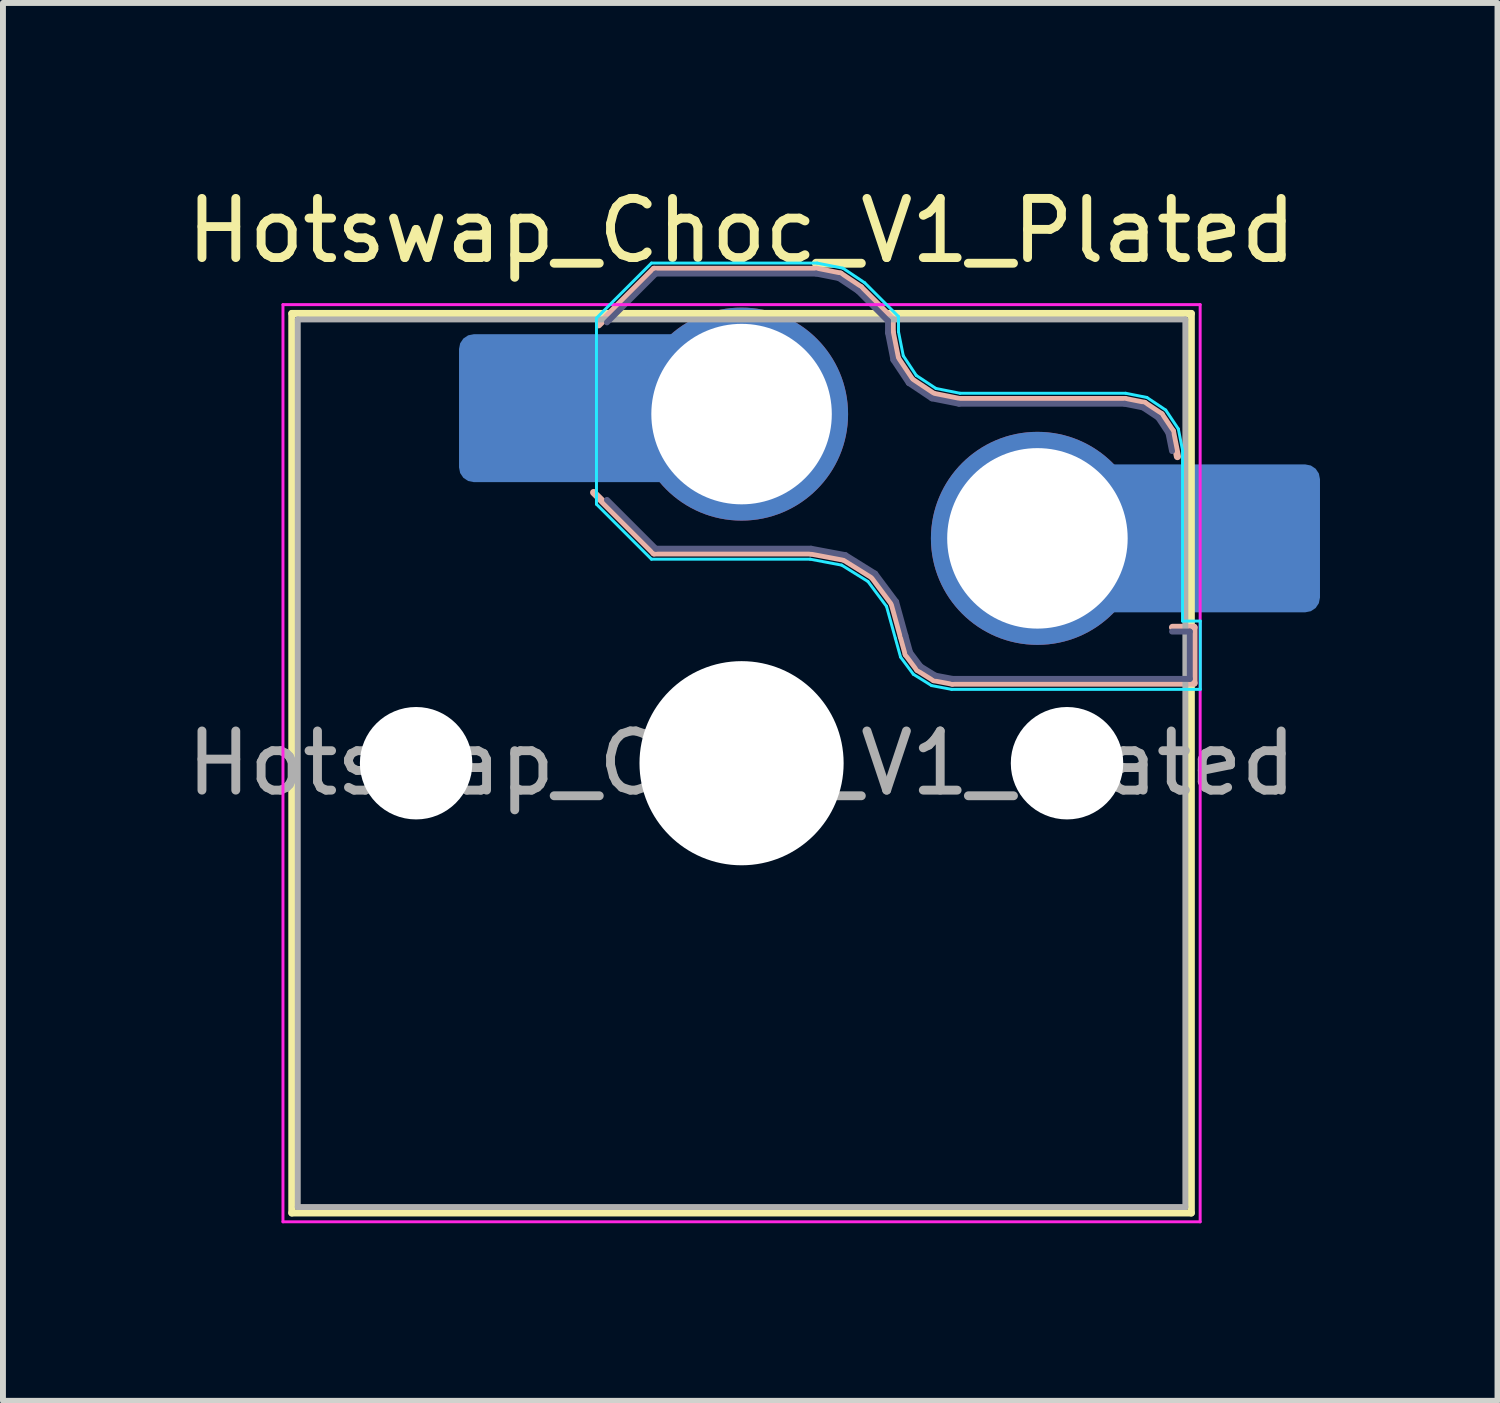
<source format=kicad_pcb>
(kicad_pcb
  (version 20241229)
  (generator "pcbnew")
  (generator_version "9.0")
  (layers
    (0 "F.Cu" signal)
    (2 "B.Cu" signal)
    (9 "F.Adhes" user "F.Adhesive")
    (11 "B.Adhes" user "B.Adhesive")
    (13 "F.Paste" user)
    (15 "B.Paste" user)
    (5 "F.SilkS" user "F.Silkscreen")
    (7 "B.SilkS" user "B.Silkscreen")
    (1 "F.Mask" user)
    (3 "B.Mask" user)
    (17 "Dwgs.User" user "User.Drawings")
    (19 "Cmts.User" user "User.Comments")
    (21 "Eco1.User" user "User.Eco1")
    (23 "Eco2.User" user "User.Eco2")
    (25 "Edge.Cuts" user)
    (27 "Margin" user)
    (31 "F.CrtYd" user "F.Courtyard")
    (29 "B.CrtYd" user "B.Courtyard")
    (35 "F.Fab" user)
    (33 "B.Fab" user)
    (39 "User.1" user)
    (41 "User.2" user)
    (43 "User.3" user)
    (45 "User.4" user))
  (footprint "Hotswap_Choc_V1_Plated"
    (layer "F.Cu")
    (at 9.482 9.848)
    (property "Reference" "Hotswap_Choc_V1_Plated" (at 0 -9 0) (layer "F.SilkS") (effects (font (size 1 1) (thickness 0.15))))
    (attr smd)
    (fp_line (start -7.6 -7.6) (end -7.6 7.6) (stroke (width 0.12) (type solid)) (layer "F.SilkS"))
    (fp_line (start -7.6 7.6) (end 7.6 7.6) (stroke (width 0.12) (type solid)) (layer "F.SilkS"))
    (fp_line (start 7.6 -7.6) (end -7.6 -7.6) (stroke (width 0.12) (type solid)) (layer "F.SilkS"))
    (fp_line (start 7.6 7.6) (end 7.6 -7.6) (stroke (width 0.12) (type solid)) (layer "F.SilkS"))
    (fp_line (start -2.416 -7.409) (end -1.479 -8.346) (stroke (width 0.12) (type solid)) (layer "B.SilkS"))
    (fp_line (start -1.479 -8.346) (end 1.268 -8.346) (stroke (width 0.12) (type solid)) (layer "B.SilkS"))
    (fp_line (start -1.479 -3.554) (end -2.5 -4.575) (stroke (width 0.12) (type solid)) (layer "B.SilkS"))
    (fp_line (start 1.168 -3.554) (end -1.479 -3.554) (stroke (width 0.12) (type solid)) (layer "B.SilkS"))
    (fp_line (start 1.268 -8.346) (end 1.671 -8.266) (stroke (width 0.12) (type solid)) (layer "B.SilkS"))
    (fp_line (start 1.671 -8.266) (end 2.013 -8.037) (stroke (width 0.12) (type solid)) (layer "B.SilkS"))
    (fp_line (start 1.73 -3.449) (end 1.168 -3.554) (stroke (width 0.12) (type solid)) (layer "B.SilkS"))
    (fp_line (start 2.013 -8.037) (end 2.546 -7.504) (stroke (width 0.12) (type solid)) (layer "B.SilkS"))
    (fp_line (start 2.209 -3.15) (end 1.73 -3.449) (stroke (width 0.12) (type solid)) (layer "B.SilkS"))
    (fp_line (start 2.546 -7.504) (end 2.546 -7.282) (stroke (width 0.12) (type solid)) (layer "B.SilkS"))
    (fp_line (start 2.546 -7.282) (end 2.633 -6.844) (stroke (width 0.12) (type solid)) (layer "B.SilkS"))
    (fp_line (start 2.547 -2.697) (end 2.209 -3.15) (stroke (width 0.12) (type solid)) (layer "B.SilkS"))
    (fp_line (start 2.633 -6.844) (end 2.877 -6.477) (stroke (width 0.12) (type solid)) (layer "B.SilkS"))
    (fp_line (start 2.701 -2.139) (end 2.547 -2.697) (stroke (width 0.12) (type solid)) (layer "B.SilkS"))
    (fp_line (start 2.783 -1.841) (end 2.701 -2.139) (stroke (width 0.12) (type solid)) (layer "B.SilkS"))
    (fp_line (start 2.877 -6.477) (end 3.244 -6.233) (stroke (width 0.12) (type solid)) (layer "B.SilkS"))
    (fp_line (start 2.976 -1.583) (end 2.783 -1.841) (stroke (width 0.12) (type solid)) (layer "B.SilkS"))
    (fp_line (start 3.244 -6.233) (end 3.682 -6.146) (stroke (width 0.12) (type solid)) (layer "B.SilkS"))
    (fp_line (start 3.25 -1.413) (end 2.976 -1.583) (stroke (width 0.12) (type solid)) (layer "B.SilkS"))
    (fp_line (start 3.56 -1.354) (end 3.25 -1.413) (stroke (width 0.12) (type solid)) (layer "B.SilkS"))
    (fp_line (start 3.682 -6.146) (end 6.482 -6.146) (stroke (width 0.12) (type solid)) (layer "B.SilkS"))
    (fp_line (start 6.482 -6.146) (end 6.809 -6.081) (stroke (width 0.12) (type solid)) (layer "B.SilkS"))
    (fp_line (start 6.809 -6.081) (end 7.092 -5.892) (stroke (width 0.12) (type solid)) (layer "B.SilkS"))
    (fp_line (start 7.092 -5.892) (end 7.281 -5.609) (stroke (width 0.12) (type solid)) (layer "B.SilkS"))
    (fp_line (start 7.281 -5.609) (end 7.366 -5.182) (stroke (width 0.12) (type solid)) (layer "B.SilkS"))
    (fp_line (start 7.283 -2.296) (end 7.646 -2.296) (stroke (width 0.12) (type solid)) (layer "B.SilkS"))
    (fp_line (start 7.646 -2.296) (end 7.646 -1.354) (stroke (width 0.12) (type solid)) (layer "B.SilkS"))
    (fp_line (start 7.646 -1.354) (end 3.56 -1.354) (stroke (width 0.12) (type solid)) (layer "B.SilkS"))
    (fp_line (start -7.25 -7.25) (end -7.25 7.25) (stroke (width 0.1) (type solid)) (layer "Eco1.User"))
    (fp_line (start -7.25 7.25) (end 7.25 7.25) (stroke (width 0.1) (type solid)) (layer "Eco1.User"))
    (fp_line (start 7.25 -7.25) (end -7.25 -7.25) (stroke (width 0.1) (type solid)) (layer "Eco1.User"))
    (fp_line (start 7.25 7.25) (end 7.25 -7.25) (stroke (width 0.1) (type solid)) (layer "Eco1.User"))
    (fp_line (start -2.452 -7.523) (end -1.523 -8.452) (stroke (width 0.05) (type solid)) (layer "B.CrtYd"))
    (fp_line (start -2.452 -4.377) (end -2.452 -7.523) (stroke (width 0.05) (type solid)) (layer "B.CrtYd"))
    (fp_line (start -1.523 -8.452) (end 1.278 -8.452) (stroke (width 0.05) (type solid)) (layer "B.CrtYd"))
    (fp_line (start -1.523 -3.448) (end -2.452 -4.377) (stroke (width 0.05) (type solid)) (layer "B.CrtYd"))
    (fp_line (start 1.159 -3.448) (end -1.523 -3.448) (stroke (width 0.05) (type solid)) (layer "B.CrtYd"))
    (fp_line (start 1.278 -8.452) (end 1.712 -8.366) (stroke (width 0.05) (type solid)) (layer "B.CrtYd"))
    (fp_line (start 1.691 -3.348) (end 1.159 -3.448) (stroke (width 0.05) (type solid)) (layer "B.CrtYd"))
    (fp_line (start 1.712 -8.366) (end 2.081 -8.119) (stroke (width 0.05) (type solid)) (layer "B.CrtYd"))
    (fp_line (start 2.081 -8.119) (end 2.652 -7.548) (stroke (width 0.05) (type solid)) (layer "B.CrtYd"))
    (fp_line (start 2.136 -3.071) (end 1.691 -3.348) (stroke (width 0.05) (type solid)) (layer "B.CrtYd"))
    (fp_line (start 2.45 -2.65) (end 2.136 -3.071) (stroke (width 0.05) (type solid)) (layer "B.CrtYd"))
    (fp_line (start 2.599 -2.111) (end 2.45 -2.65) (stroke (width 0.05) (type solid)) (layer "B.CrtYd"))
    (fp_line (start 2.652 -7.548) (end 2.652 -7.292) (stroke (width 0.05) (type solid)) (layer "B.CrtYd"))
    (fp_line (start 2.652 -7.292) (end 2.733 -6.885) (stroke (width 0.05) (type solid)) (layer "B.CrtYd"))
    (fp_line (start 2.687 -1.794) (end 2.599 -2.111) (stroke (width 0.05) (type solid)) (layer "B.CrtYd"))
    (fp_line (start 2.733 -6.885) (end 2.953 -6.553) (stroke (width 0.05) (type solid)) (layer "B.CrtYd"))
    (fp_line (start 2.903 -1.503) (end 2.687 -1.794) (stroke (width 0.05) (type solid)) (layer "B.CrtYd"))
    (fp_line (start 2.953 -6.553) (end 3.285 -6.333) (stroke (width 0.05) (type solid)) (layer "B.CrtYd"))
    (fp_line (start 3.211 -1.312) (end 2.903 -1.503) (stroke (width 0.05) (type solid)) (layer "B.CrtYd"))
    (fp_line (start 3.285 -6.333) (end 3.692 -6.252) (stroke (width 0.05) (type solid)) (layer "B.CrtYd"))
    (fp_line (start 3.55 -1.248) (end 3.211 -1.312) (stroke (width 0.05) (type solid)) (layer "B.CrtYd"))
    (fp_line (start 3.692 -6.252) (end 6.492 -6.252) (stroke (width 0.05) (type solid)) (layer "B.CrtYd"))
    (fp_line (start 6.492 -6.252) (end 6.85 -6.181) (stroke (width 0.05) (type solid)) (layer "B.CrtYd"))
    (fp_line (start 6.85 -6.181) (end 7.168 -5.968) (stroke (width 0.05) (type solid)) (layer "B.CrtYd"))
    (fp_line (start 7.168 -5.968) (end 7.381 -5.65) (stroke (width 0.05) (type solid)) (layer "B.CrtYd"))
    (fp_line (start 7.381 -5.65) (end 7.452 -5.292) (stroke (width 0.05) (type solid)) (layer "B.CrtYd"))
    (fp_line (start 7.452 -5.292) (end 7.452 -2.402) (stroke (width 0.05) (type solid)) (layer "B.CrtYd"))
    (fp_line (start 7.452 -2.402) (end 7.752 -2.402) (stroke (width 0.05) (type solid)) (layer "B.CrtYd"))
    (fp_line (start 7.752 -2.402) (end 7.752 -1.248) (stroke (width 0.05) (type solid)) (layer "B.CrtYd"))
    (fp_line (start 7.752 -1.248) (end 3.55 -1.248) (stroke (width 0.05) (type solid)) (layer "B.CrtYd"))
    (fp_line (start -7.75 -7.75) (end -7.75 7.75) (stroke (width 0.05) (type solid)) (layer "F.CrtYd"))
    (fp_line (start -7.75 7.75) (end 7.75 7.75) (stroke (width 0.05) (type solid)) (layer "F.CrtYd"))
    (fp_line (start 7.75 -7.75) (end -7.75 -7.75) (stroke (width 0.05) (type solid)) (layer "F.CrtYd"))
    (fp_line (start 7.75 7.75) (end 7.75 -7.75) (stroke (width 0.05) (type solid)) (layer "F.CrtYd"))
    (fp_line (start -2.275 -7.45) (end -1.45 -8.275) (stroke (width 0.1) (type solid)) (layer "B.Fab"))
    (fp_line (start -1.45 -8.275) (end 1.261 -8.275) (stroke (width 0.1) (type solid)) (layer "B.Fab"))
    (fp_line (start -1.45 -3.625) (end -2.275 -4.45) (stroke (width 0.1) (type solid)) (layer "B.Fab"))
    (fp_line (start 1.175 -3.625) (end -1.45 -3.625) (stroke (width 0.1) (type solid)) (layer "B.Fab"))
    (fp_line (start 1.261 -8.275) (end 1.643 -8.199) (stroke (width 0.1) (type solid)) (layer "B.Fab"))
    (fp_line (start 1.643 -8.199) (end 1.968 -7.982) (stroke (width 0.1) (type solid)) (layer "B.Fab"))
    (fp_line (start 1.756 -3.516) (end 1.175 -3.625) (stroke (width 0.1) (type solid)) (layer "B.Fab"))
    (fp_line (start 1.968 -7.982) (end 2.475 -7.475) (stroke (width 0.1) (type solid)) (layer "B.Fab"))
    (fp_line (start 2.258 -3.203) (end 1.756 -3.516) (stroke (width 0.1) (type solid)) (layer "B.Fab"))
    (fp_line (start 2.475 -7.475) (end 2.475 -7.275) (stroke (width 0.1) (type solid)) (layer "B.Fab"))
    (fp_line (start 2.475 -7.275) (end 2.566 -6.816) (stroke (width 0.1) (type solid)) (layer "B.Fab"))
    (fp_line (start 2.566 -6.816) (end 2.826 -6.426) (stroke (width 0.1) (type solid)) (layer "B.Fab"))
    (fp_line (start 2.612 -2.729) (end 2.258 -3.203) (stroke (width 0.1) (type solid)) (layer "B.Fab"))
    (fp_line (start 2.769 -2.158) (end 2.612 -2.729) (stroke (width 0.1) (type solid)) (layer "B.Fab"))
    (fp_line (start 2.826 -6.426) (end 3.216 -6.166) (stroke (width 0.1) (type solid)) (layer "B.Fab"))
    (fp_line (start 2.848 -1.873) (end 2.769 -2.158) (stroke (width 0.1) (type solid)) (layer "B.Fab"))
    (fp_line (start 3.025 -1.636) (end 2.848 -1.873) (stroke (width 0.1) (type solid)) (layer "B.Fab"))
    (fp_line (start 3.216 -6.166) (end 3.675 -6.075) (stroke (width 0.1) (type solid)) (layer "B.Fab"))
    (fp_line (start 3.276 -1.48) (end 3.025 -1.636) (stroke (width 0.1) (type solid)) (layer "B.Fab"))
    (fp_line (start 3.567 -1.425) (end 3.276 -1.48) (stroke (width 0.1) (type solid)) (layer "B.Fab"))
    (fp_line (start 3.675 -6.075) (end 6.475 -6.075) (stroke (width 0.1) (type solid)) (layer "B.Fab"))
    (fp_line (start 6.475 -6.075) (end 6.781 -6.014) (stroke (width 0.1) (type solid)) (layer "B.Fab"))
    (fp_line (start 6.781 -6.014) (end 7.041 -5.841) (stroke (width 0.1) (type solid)) (layer "B.Fab"))
    (fp_line (start 7.041 -5.841) (end 7.214 -5.581) (stroke (width 0.1) (type solid)) (layer "B.Fab"))
    (fp_line (start 7.214 -5.581) (end 7.275 -5.275) (stroke (width 0.1) (type solid)) (layer "B.Fab"))
    (fp_line (start 7.275 -2.225) (end 7.575 -2.225) (stroke (width 0.1) (type solid)) (layer "B.Fab"))
    (fp_line (start 7.575 -2.225) (end 7.575 -1.425) (stroke (width 0.1) (type solid)) (layer "B.Fab"))
    (fp_line (start 7.575 -1.425) (end 3.567 -1.425) (stroke (width 0.1) (type solid)) (layer "B.Fab"))
    (fp_line (start -7.5 -7.5) (end -7.5 7.5) (stroke (width 0.1) (type solid)) (layer "F.Fab"))
    (fp_line (start -7.5 7.5) (end 7.5 7.5) (stroke (width 0.1) (type solid)) (layer "F.Fab"))
    (fp_line (start 7.5 -7.5) (end -7.5 -7.5) (stroke (width 0.1) (type solid)) (layer "F.Fab"))
    (fp_line (start 7.5 7.5) (end 7.5 -7.5) (stroke (width 0.1) (type solid)) (layer "F.Fab"))
    (fp_text user "${REFERENCE}" (at 0 0 0) (layer "F.Fab") (effects (font (size 1 1) (thickness 0.15))))
    (pad "" np_thru_hole circle (at -5.5 0) (size 1.9 1.9) (drill 1.9) (layers "*.Cu" "*.Mask"))
    (pad "" smd roundrect (at -3.5 -6) (size 2.55 2.5) (layers "B.Mask" "B.Paste") (roundrect_rratio 0.1))
    (pad "" np_thru_hole circle (at 0 0) (size 3.45 3.45) (drill 3.45) (layers "*.Cu" "*.Mask"))
    (pad "" np_thru_hole circle (at 5.5 0) (size 1.9 1.9) (drill 1.9) (layers "*.Cu" "*.Mask"))
    (pad "" smd roundrect (at 8.5 -3.8) (size 2.55 2.5) (layers "B.Mask" "B.Paste") (roundrect_rratio 0.1))
    (pad "1" smd roundrect (at -2.85 -6) (size 3.85 2.5) (layers "B.Cu") (roundrect_rratio 0.1))
    (pad "1" thru_hole circle (at 0 -5.9) (size 3.6 3.6) (drill 3.05) (layers "*.Cu" "*.Mask"))
    (pad "2" thru_hole circle (at 5 -3.8) (size 3.6 3.6) (drill 3.05) (layers "*.Cu" "*.Mask"))
    (pad "2" smd roundrect (at 7.85 -3.8) (size 3.85 2.5) (layers "B.Cu") (roundrect_rratio 0.1)))
  (gr_rect
    (start -3 -3)
    (end 22.257 20.623)
    (stroke (width 0.1) (type default))
    (fill no)
    (layer "Edge.Cuts")))
</source>
